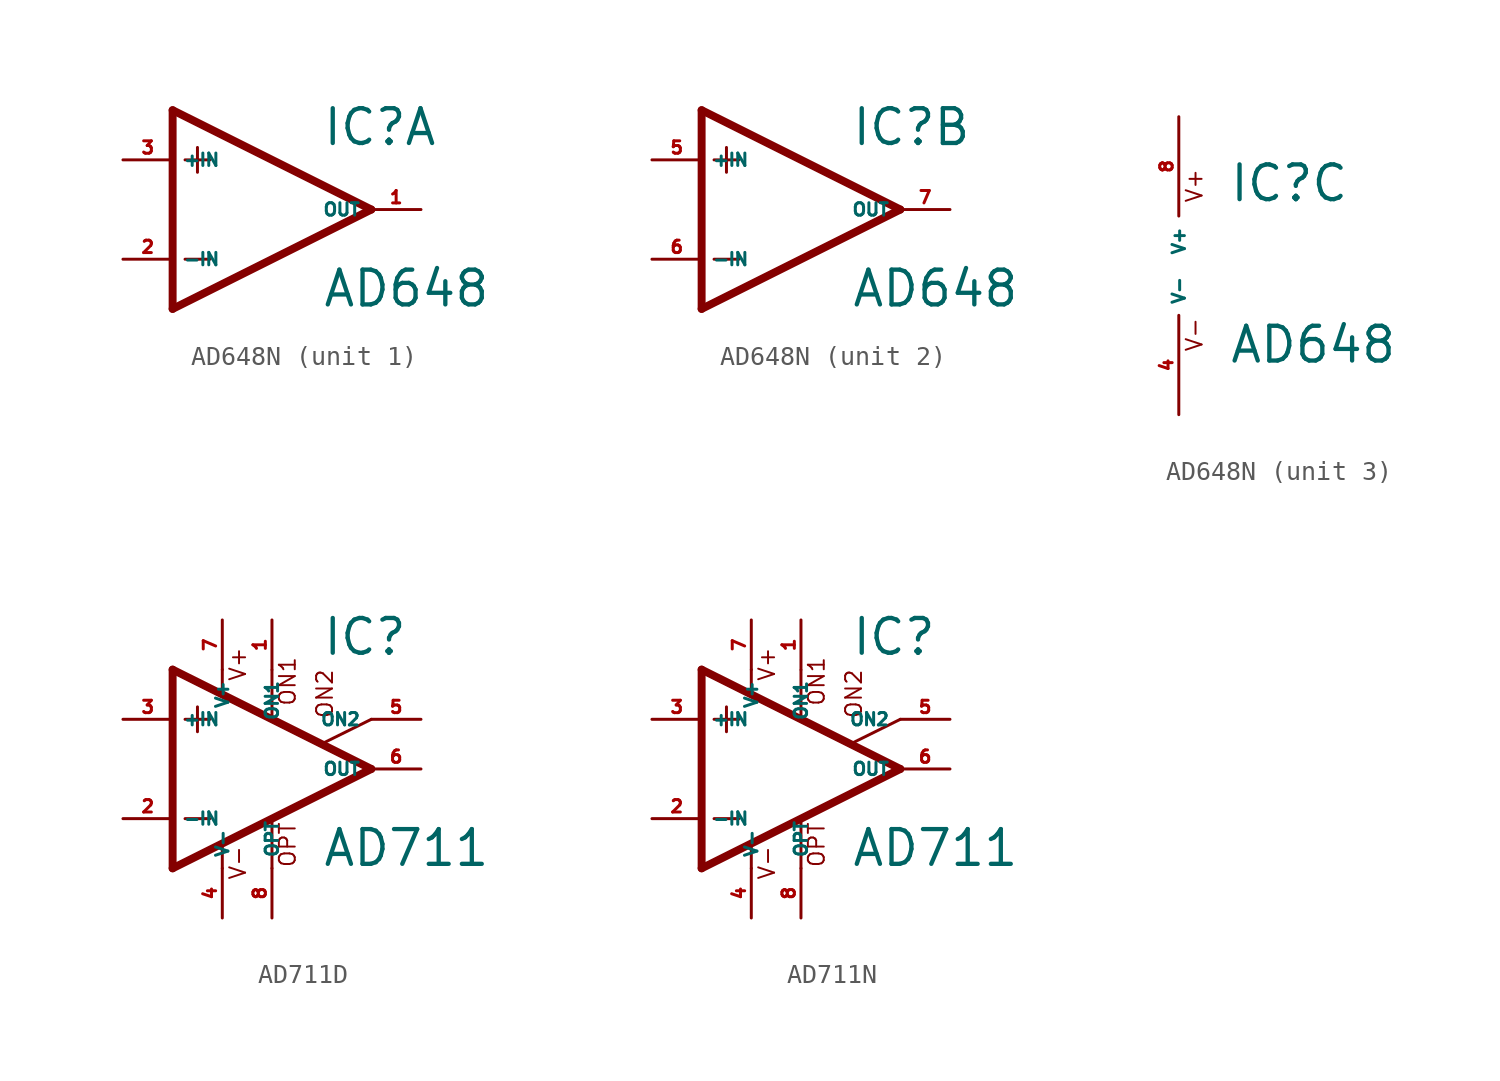
<source format=kicad_sym>
(kicad_symbol_lib
  (version 20220914)
  (generator Eagle2Kicad)
  (symbol "AD648N"
    (property "Reference" "IC"
      (at 2.54 3.175 0)
      (effects (font (size 1.778 1.778) (thickness 0.22)) (justify left bottom)))
    (property "Value" "AD648"
      (at 2.54 -5.08 0)
      (effects (font (size 1.778 1.778) (thickness 0.22)) (justify left bottom)))
    (symbol "AD648N_1_0"
      (polyline (pts (xy -5.08 5.08) (xy -5.08 -5.08)) (stroke (width 0.406) (type default)) (fill (type none)))
      (polyline (pts (xy -5.08 -5.08) (xy 5.08 0)) (stroke (width 0.406) (type default)) (fill (type none)))
      (polyline (pts (xy 5.08 0) (xy -5.08 5.08)) (stroke (width 0.406) (type default)) (fill (type none)))
      (polyline (pts (xy -3.81 3.175) (xy -3.81 1.905)) (stroke (width 0.152) (type default)) (fill (type none)))
      (polyline (pts (xy -4.445 2.54) (xy -3.175 2.54)) (stroke (width 0.152) (type default)) (fill (type none)))
      (polyline (pts (xy -4.445 -2.54) (xy -3.175 -2.54)) (stroke (width 0.152) (type default)) (fill (type none)))
      (pin input line (at -7.62 -2.54 0) (length 2.54) (name "-IN" (effects (font (size 0.635 0.635) (thickness 0.08)) (justify left bottom))) (number "2" (effects (font (size 0.635 0.635) (thickness 0.08)) (justify left bottom))))
      (pin input line (at -7.62 2.54 0) (length 2.54) (name "+IN" (effects (font (size 0.635 0.635) (thickness 0.08)) (justify left bottom))) (number "3" (effects (font (size 0.635 0.635) (thickness 0.08)) (justify left bottom))))
      (pin output line (at 7.62 0 180) (length 2.54) (name "OUT" (effects (font (size 0.635 0.635) (thickness 0.08)) (justify left bottom))) (number "1" (effects (font (size 0.635 0.635) (thickness 0.08)) (justify left bottom)))))
    (symbol "AD648N_2_0"
      (polyline (pts (xy -5.08 5.08) (xy -5.08 -5.08)) (stroke (width 0.406) (type default)) (fill (type none)))
      (polyline (pts (xy -5.08 -5.08) (xy 5.08 0)) (stroke (width 0.406) (type default)) (fill (type none)))
      (polyline (pts (xy 5.08 0) (xy -5.08 5.08)) (stroke (width 0.406) (type default)) (fill (type none)))
      (polyline (pts (xy -3.81 3.175) (xy -3.81 1.905)) (stroke (width 0.152) (type default)) (fill (type none)))
      (polyline (pts (xy -4.445 2.54) (xy -3.175 2.54)) (stroke (width 0.152) (type default)) (fill (type none)))
      (polyline (pts (xy -4.445 -2.54) (xy -3.175 -2.54)) (stroke (width 0.152) (type default)) (fill (type none)))
      (pin input line (at -7.62 -2.54 0) (length 2.54) (name "-IN" (effects (font (size 0.635 0.635) (thickness 0.08)) (justify left bottom))) (number "6" (effects (font (size 0.635 0.635) (thickness 0.08)) (justify left bottom))))
      (pin input line (at -7.62 2.54 0) (length 2.54) (name "+IN" (effects (font (size 0.635 0.635) (thickness 0.08)) (justify left bottom))) (number "5" (effects (font (size 0.635 0.635) (thickness 0.08)) (justify left bottom))))
      (pin output line (at 7.62 0 180) (length 2.54) (name "OUT" (effects (font (size 0.635 0.635) (thickness 0.08)) (justify left bottom))) (number "7" (effects (font (size 0.635 0.635) (thickness 0.08)) (justify left bottom)))))
    (symbol "AD648N_3_0"
      (text "V+" (at 1.27 3.175 900) (effects (font (size 0.813 0.813) (thickness 0.10)) (justify left bottom)))
      (text "V-" (at 1.27 -4.445 900) (effects (font (size 0.813 0.813) (thickness 0.10)) (justify left bottom)))
      (pin unspecified line (at 0 7.62 270) (length 5.08) (name "V+" (effects (font (size 0.635 0.635) (thickness 0.08)) (justify left bottom))) (number "8" (effects (font (size 0.635 0.635) (thickness 0.08)) (justify left bottom))))
      (pin unspecified line (at 0 -7.62 90) (length 5.08) (name "V-" (effects (font (size 0.635 0.635) (thickness 0.08)) (justify left bottom))) (number "4" (effects (font (size 0.635 0.635) (thickness 0.08)) (justify left bottom))))))
  (symbol "AD711D"
    (property "Reference" "IC"
      (at 2.54 5.715 0)
      (effects (font (size 1.778 1.778) (thickness 0.22)) (justify left bottom)))
    (property "Value" "AD711"
      (at 2.54 -5.08 0)
      (effects (font (size 1.778 1.778) (thickness 0.22)) (justify left bottom)))
    (polyline
      (pts (xy -3.81 3.175) (xy -3.81 1.905))
      (stroke (width 0.152) (type default))
      (fill (type none)))
    (polyline
      (pts (xy -4.445 2.54) (xy -3.175 2.54))
      (stroke (width 0.152) (type default))
      (fill (type none)))
    (polyline
      (pts (xy -4.445 -2.54) (xy -3.175 -2.54))
      (stroke (width 0.152) (type default))
      (fill (type none)))
    (polyline
      (pts (xy -2.54 5.08) (xy -2.54 3.886))
      (stroke (width 0.152) (type default))
      (fill (type none)))
    (polyline
      (pts (xy 0 5.055) (xy 0 2.616))
      (stroke (width 0.152) (type default))
      (fill (type none)))
    (polyline
      (pts (xy 0 -2.616) (xy 0 -5.08))
      (stroke (width 0.152) (type default))
      (fill (type none)))
    (polyline
      (pts (xy -2.54 -3.912) (xy -2.54 -5.08))
      (stroke (width 0.152) (type default))
      (fill (type none)))
    (polyline
      (pts (xy 5.08 2.54) (xy 2.616 1.321))
      (stroke (width 0.152) (type default))
      (fill (type none)))
    (polyline
      (pts (xy 5.08 0) (xy -5.08 5.08))
      (stroke (width 0.406) (type default))
      (fill (type none)))
    (polyline
      (pts (xy -5.08 5.08) (xy -5.08 -5.08))
      (stroke (width 0.406) (type default))
      (fill (type none)))
    (polyline
      (pts (xy -5.08 -5.08) (xy 5.08 0))
      (stroke (width 0.406) (type default))
      (fill (type none)))
    (text "ON1"
      (at 1.27 3.175 900)
      (effects (font (size 0.813 0.813) (thickness 0.10)) (justify left bottom)))
    (text "ON2"
      (at 3.175 2.54 900)
      (effects (font (size 0.813 0.813) (thickness 0.10)) (justify left bottom)))
    (text "OPT"
      (at 1.27 -5.08 900)
      (effects (font (size 0.813 0.813) (thickness 0.10)) (justify left bottom)))
    (text "V+"
      (at -1.27 4.445 900)
      (effects (font (size 0.813 0.813) (thickness 0.10)) (justify left bottom)))
    (text "V-"
      (at -1.27 -5.715 900)
      (effects (font (size 0.813 0.813) (thickness 0.10)) (justify left bottom)))
    (pin passive line
      (at 7.62 2.54 180)
      (length 2.54)
      (name "ON2" (effects (font (size 0.635 0.635) (thickness 0.08)) (justify left bottom)))
      (number "5" (effects (font (size 0.635 0.635) (thickness 0.08)) (justify left bottom))))
    (pin passive line
      (at 0 7.62 270)
      (length 2.54)
      (name "ON1" (effects (font (size 0.635 0.635) (thickness 0.08)) (justify left bottom)))
      (number "1" (effects (font (size 0.635 0.635) (thickness 0.08)) (justify left bottom))))
    (pin input line
      (at -7.62 -2.54 0)
      (length 2.54)
      (name "-IN" (effects (font (size 0.635 0.635) (thickness 0.08)) (justify left bottom)))
      (number "2" (effects (font (size 0.635 0.635) (thickness 0.08)) (justify left bottom))))
    (pin input line
      (at -7.62 2.54 0)
      (length 2.54)
      (name "+IN" (effects (font (size 0.635 0.635) (thickness 0.08)) (justify left bottom)))
      (number "3" (effects (font (size 0.635 0.635) (thickness 0.08)) (justify left bottom))))
    (pin output line
      (at 7.62 0 180)
      (length 2.54)
      (name "OUT" (effects (font (size 0.635 0.635) (thickness 0.08)) (justify left bottom)))
      (number "6" (effects (font (size 0.635 0.635) (thickness 0.08)) (justify left bottom))))
    (pin passive line
      (at 0 -7.62 90)
      (length 2.54)
      (name "OPT" (effects (font (size 0.635 0.635) (thickness 0.08)) (justify left bottom)))
      (number "8" (effects (font (size 0.635 0.635) (thickness 0.08)) (justify left bottom))))
    (pin unspecified line
      (at -2.54 7.62 270)
      (length 2.54)
      (name "V+" (effects (font (size 0.635 0.635) (thickness 0.08)) (justify left bottom)))
      (number "7" (effects (font (size 0.635 0.635) (thickness 0.08)) (justify left bottom))))
    (pin unspecified line
      (at -2.54 -7.62 90)
      (length 2.54)
      (name "V-" (effects (font (size 0.635 0.635) (thickness 0.08)) (justify left bottom)))
      (number "4" (effects (font (size 0.635 0.635) (thickness 0.08)) (justify left bottom)))))
  (symbol "AD711N"
    (property "Reference" "IC"
      (at 2.54 5.715 0)
      (effects (font (size 1.778 1.778) (thickness 0.22)) (justify left bottom)))
    (property "Value" "AD711"
      (at 2.54 -5.08 0)
      (effects (font (size 1.778 1.778) (thickness 0.22)) (justify left bottom)))
    (polyline
      (pts (xy -3.81 3.175) (xy -3.81 1.905))
      (stroke (width 0.152) (type default))
      (fill (type none)))
    (polyline
      (pts (xy -4.445 2.54) (xy -3.175 2.54))
      (stroke (width 0.152) (type default))
      (fill (type none)))
    (polyline
      (pts (xy -4.445 -2.54) (xy -3.175 -2.54))
      (stroke (width 0.152) (type default))
      (fill (type none)))
    (polyline
      (pts (xy -2.54 5.08) (xy -2.54 3.886))
      (stroke (width 0.152) (type default))
      (fill (type none)))
    (polyline
      (pts (xy 0 5.055) (xy 0 2.616))
      (stroke (width 0.152) (type default))
      (fill (type none)))
    (polyline
      (pts (xy 0 -2.616) (xy 0 -5.08))
      (stroke (width 0.152) (type default))
      (fill (type none)))
    (polyline
      (pts (xy -2.54 -3.912) (xy -2.54 -5.08))
      (stroke (width 0.152) (type default))
      (fill (type none)))
    (polyline
      (pts (xy 5.08 2.54) (xy 2.616 1.321))
      (stroke (width 0.152) (type default))
      (fill (type none)))
    (polyline
      (pts (xy 5.08 0) (xy -5.08 5.08))
      (stroke (width 0.406) (type default))
      (fill (type none)))
    (polyline
      (pts (xy -5.08 5.08) (xy -5.08 -5.08))
      (stroke (width 0.406) (type default))
      (fill (type none)))
    (polyline
      (pts (xy -5.08 -5.08) (xy 5.08 0))
      (stroke (width 0.406) (type default))
      (fill (type none)))
    (text "ON1"
      (at 1.27 3.175 900)
      (effects (font (size 0.813 0.813) (thickness 0.10)) (justify left bottom)))
    (text "ON2"
      (at 3.175 2.54 900)
      (effects (font (size 0.813 0.813) (thickness 0.10)) (justify left bottom)))
    (text "OPT"
      (at 1.27 -5.08 900)
      (effects (font (size 0.813 0.813) (thickness 0.10)) (justify left bottom)))
    (text "V+"
      (at -1.27 4.445 900)
      (effects (font (size 0.813 0.813) (thickness 0.10)) (justify left bottom)))
    (text "V-"
      (at -1.27 -5.715 900)
      (effects (font (size 0.813 0.813) (thickness 0.10)) (justify left bottom)))
    (pin passive line
      (at 7.62 2.54 180)
      (length 2.54)
      (name "ON2" (effects (font (size 0.635 0.635) (thickness 0.08)) (justify left bottom)))
      (number "5" (effects (font (size 0.635 0.635) (thickness 0.08)) (justify left bottom))))
    (pin passive line
      (at 0 7.62 270)
      (length 2.54)
      (name "ON1" (effects (font (size 0.635 0.635) (thickness 0.08)) (justify left bottom)))
      (number "1" (effects (font (size 0.635 0.635) (thickness 0.08)) (justify left bottom))))
    (pin input line
      (at -7.62 -2.54 0)
      (length 2.54)
      (name "-IN" (effects (font (size 0.635 0.635) (thickness 0.08)) (justify left bottom)))
      (number "2" (effects (font (size 0.635 0.635) (thickness 0.08)) (justify left bottom))))
    (pin input line
      (at -7.62 2.54 0)
      (length 2.54)
      (name "+IN" (effects (font (size 0.635 0.635) (thickness 0.08)) (justify left bottom)))
      (number "3" (effects (font (size 0.635 0.635) (thickness 0.08)) (justify left bottom))))
    (pin output line
      (at 7.62 0 180)
      (length 2.54)
      (name "OUT" (effects (font (size 0.635 0.635) (thickness 0.08)) (justify left bottom)))
      (number "6" (effects (font (size 0.635 0.635) (thickness 0.08)) (justify left bottom))))
    (pin passive line
      (at 0 -7.62 90)
      (length 2.54)
      (name "OPT" (effects (font (size 0.635 0.635) (thickness 0.08)) (justify left bottom)))
      (number "8" (effects (font (size 0.635 0.635) (thickness 0.08)) (justify left bottom))))
    (pin unspecified line
      (at -2.54 7.62 270)
      (length 2.54)
      (name "V+" (effects (font (size 0.635 0.635) (thickness 0.08)) (justify left bottom)))
      (number "7" (effects (font (size 0.635 0.635) (thickness 0.08)) (justify left bottom))))
    (pin unspecified line
      (at -2.54 -7.62 90)
      (length 2.54)
      (name "V-" (effects (font (size 0.635 0.635) (thickness 0.08)) (justify left bottom)))
      (number "4" (effects (font (size 0.635 0.635) (thickness 0.08)) (justify left bottom))))))
</source>
